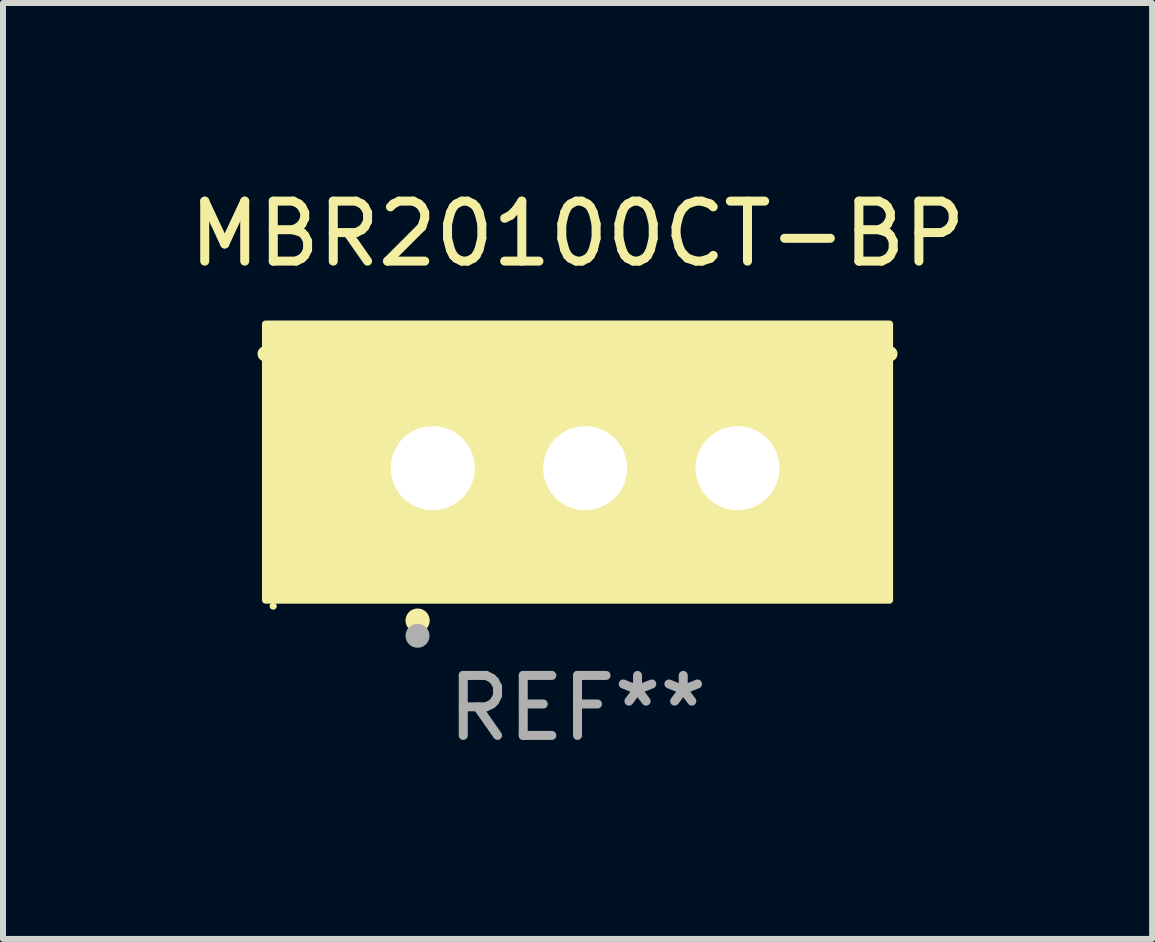
<source format=kicad_pcb>
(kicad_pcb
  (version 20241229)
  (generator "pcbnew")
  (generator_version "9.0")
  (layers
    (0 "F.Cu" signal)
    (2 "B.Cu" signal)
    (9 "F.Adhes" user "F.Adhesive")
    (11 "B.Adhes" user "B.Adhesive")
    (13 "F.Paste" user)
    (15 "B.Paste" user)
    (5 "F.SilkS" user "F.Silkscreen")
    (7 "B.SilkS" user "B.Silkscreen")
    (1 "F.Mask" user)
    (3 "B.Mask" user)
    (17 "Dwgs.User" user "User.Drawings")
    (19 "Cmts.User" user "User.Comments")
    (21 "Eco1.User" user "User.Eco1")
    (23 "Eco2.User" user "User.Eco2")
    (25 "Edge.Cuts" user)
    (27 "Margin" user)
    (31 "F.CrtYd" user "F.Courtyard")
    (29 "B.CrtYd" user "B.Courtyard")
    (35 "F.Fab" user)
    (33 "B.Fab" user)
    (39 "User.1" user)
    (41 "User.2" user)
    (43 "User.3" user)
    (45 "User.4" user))
  (footprint "MBR20100CT-BP"
    (layer "F.Cu")
    (at 6.577 3.801)
    (property "Reference" "MBR20100CT-BP" (at 0 -2.953 0) (layer "F.SilkS") (effects (font (size 1 1) (thickness 0.15))))
    (attr through_hole)
    (fp_line (start 5.207 -0.953) (end -5.207 -0.953) (stroke (width 0.254) (type solid)) (layer "F.SilkS"))
    (fp_arc (start -2.66698 3.49252) (mid -2.66571 3.492516) (end -2.66444 3.49252) (stroke (width 0.4) (type solid)) (layer "F.SilkS"))
    (fp_circle (center -5.073 3.252) (end -5.043 3.252) (stroke (width 0.06) (type solid)) (fill no) (layer "F.SilkS"))
    (fp_poly (pts (xy -5.2 -1.448) (xy 5.2 -1.448) (xy 5.2 3.152) (xy -5.2 3.152)) (stroke (width 0.12) (type solid)) (fill yes) (layer "F.SilkS"))
    (fp_circle (center -2.667 3.747) (end -2.567 3.747) (stroke (width 0.2) (type solid)) (fill no) (layer "F.Fab"))
    (fp_text user "REF**" (at 0 4.953 0) (layer "F.Fab") (effects (font (size 1 1) (thickness 0.15))))
    (pad "1" thru_hole rect (at -2.413 0.953) (size 2 2.5) (drill 1.4) (layers "*.Cu" "*.Mask"))
    (pad "2" thru_hole oval (at 0.127 0.953) (size 2 2.5) (drill 1.4) (layers "*.Cu" "*.Mask"))
    (pad "3" thru_hole oval (at 2.667 0.953) (size 2 2.5) (drill 1.4) (layers "*.Cu" "*.Mask")))
  (gr_rect
    (start -3 -3)
    (end 16.155 12.602)
    (stroke (width 0.1) (type default))
    (fill no)
    (layer "Edge.Cuts")))
</source>
